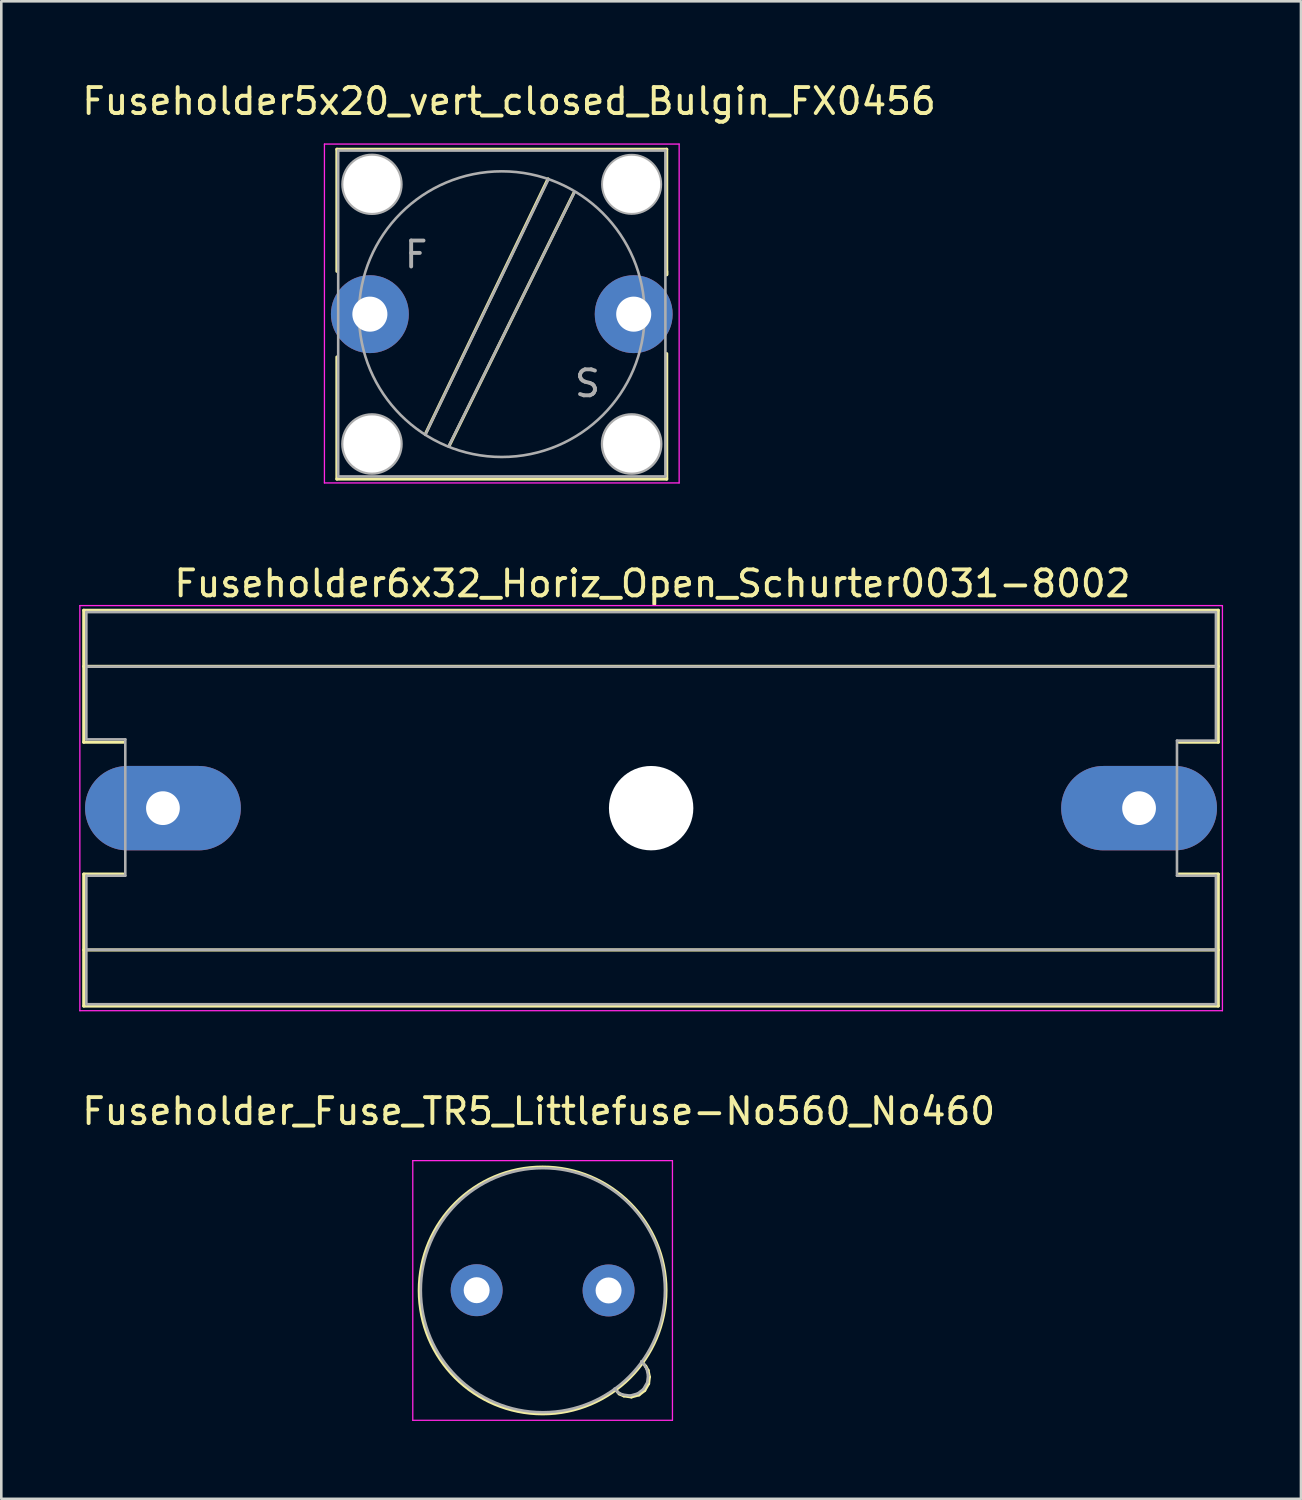
<source format=kicad_pcb>
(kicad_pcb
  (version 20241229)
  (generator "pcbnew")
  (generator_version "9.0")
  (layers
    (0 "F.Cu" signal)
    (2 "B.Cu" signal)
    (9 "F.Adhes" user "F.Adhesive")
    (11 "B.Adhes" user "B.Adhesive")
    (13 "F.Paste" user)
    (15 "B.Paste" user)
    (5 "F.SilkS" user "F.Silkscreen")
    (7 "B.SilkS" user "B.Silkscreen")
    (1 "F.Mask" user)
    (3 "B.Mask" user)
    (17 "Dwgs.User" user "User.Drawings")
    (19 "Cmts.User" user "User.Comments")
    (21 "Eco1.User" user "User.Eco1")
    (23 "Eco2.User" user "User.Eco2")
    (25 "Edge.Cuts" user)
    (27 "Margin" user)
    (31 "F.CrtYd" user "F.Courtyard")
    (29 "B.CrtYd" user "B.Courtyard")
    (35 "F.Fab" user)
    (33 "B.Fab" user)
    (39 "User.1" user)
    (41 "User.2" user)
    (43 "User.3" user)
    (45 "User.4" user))
  (footprint "Fuseholder6x32_Horiz_Open_Schurter0031-8002"
    (layer "F.Cu")
    (at 3.225 28.072)
    (property "Reference" "Fuseholder6x32_Horiz_Open_Schurter0031-8002" (at 18.85 -8.65 0) (layer "F.SilkS") (effects (font (size 1 1) (thickness 0.15))))
    (attr through_hole)
    (fp_line (start -3.05 -7.62) (end -3.05 -2.54) (stroke (width 0.12) (type solid)) (layer "F.SilkS"))
    (fp_line (start -3.05 -7.62) (end 40.64 -7.62) (stroke (width 0.12) (type solid)) (layer "F.SilkS"))
    (fp_line (start -3.05 -5.46) (end 40.64 -5.46) (stroke (width 0.12) (type solid)) (layer "F.SilkS"))
    (fp_line (start -3.05 -2.54) (end -1.52 -2.54) (stroke (width 0.12) (type solid)) (layer "F.SilkS"))
    (fp_line (start -3.05 2.54) (end -3.05 7.62) (stroke (width 0.12) (type solid)) (layer "F.SilkS"))
    (fp_line (start -1.52 2.54) (end -3.05 2.54) (stroke (width 0.12) (type solid)) (layer "F.SilkS"))
    (fp_line (start 39.12 2.54) (end 40.64 2.54) (stroke (width 0.12) (type solid)) (layer "F.SilkS"))
    (fp_line (start 40.64 -7.62) (end 40.64 -2.54) (stroke (width 0.12) (type solid)) (layer "F.SilkS"))
    (fp_line (start 40.64 -2.54) (end 39.12 -2.54) (stroke (width 0.12) (type solid)) (layer "F.SilkS"))
    (fp_line (start 40.64 2.54) (end 40.64 7.62) (stroke (width 0.12) (type solid)) (layer "F.SilkS"))
    (fp_line (start 40.64 5.46) (end -3.05 5.46) (stroke (width 0.12) (type solid)) (layer "F.SilkS"))
    (fp_line (start 40.64 7.62) (end -3.05 7.62) (stroke (width 0.12) (type solid)) (layer "F.SilkS"))
    (fp_line (start -3.2 -7.8) (end -3.2 7.8) (stroke (width 0.05) (type solid)) (layer "F.CrtYd"))
    (fp_line (start -3.2 -7.8) (end 40.8 -7.8) (stroke (width 0.05) (type solid)) (layer "F.CrtYd"))
    (fp_line (start 40.8 7.8) (end -3.2 7.8) (stroke (width 0.05) (type solid)) (layer "F.CrtYd"))
    (fp_line (start 40.8 7.8) (end 40.8 -7.8) (stroke (width 0.05) (type solid)) (layer "F.CrtYd"))
    (fp_line (start -2.95 -7.55) (end -2.95 -2.65) (stroke (width 0.1) (type solid)) (layer "F.Fab"))
    (fp_line (start -2.95 -5.45) (end 40.55 -5.45) (stroke (width 0.1) (type solid)) (layer "F.Fab"))
    (fp_line (start -2.95 -2.65) (end -1.45 -2.65) (stroke (width 0.1) (type solid)) (layer "F.Fab"))
    (fp_line (start -2.95 2.6) (end -2.95 7.55) (stroke (width 0.1) (type solid)) (layer "F.Fab"))
    (fp_line (start -2.95 5.45) (end 40.55 5.45) (stroke (width 0.1) (type solid)) (layer "F.Fab"))
    (fp_line (start -2.95 7.55) (end 40.55 7.55) (stroke (width 0.1) (type solid)) (layer "F.Fab"))
    (fp_line (start -1.45 -2.65) (end -1.45 2.6) (stroke (width 0.1) (type solid)) (layer "F.Fab"))
    (fp_line (start -1.45 2.6) (end -2.95 2.6) (stroke (width 0.1) (type solid)) (layer "F.Fab"))
    (fp_line (start 39.05 -2.6) (end 40.55 -2.6) (stroke (width 0.1) (type solid)) (layer "F.Fab"))
    (fp_line (start 39.05 2.6) (end 39.05 -2.6) (stroke (width 0.1) (type solid)) (layer "F.Fab"))
    (fp_line (start 40.55 -7.55) (end -2.95 -7.55) (stroke (width 0.1) (type solid)) (layer "F.Fab"))
    (fp_line (start 40.55 -2.6) (end 40.55 -7.55) (stroke (width 0.1) (type solid)) (layer "F.Fab"))
    (fp_line (start 40.55 2.6) (end 39.05 2.6) (stroke (width 0.1) (type solid)) (layer "F.Fab"))
    (fp_line (start 40.55 7.55) (end 40.55 2.6) (stroke (width 0.1) (type solid)) (layer "F.Fab"))
    (pad "" np_thru_hole circle (at 18.8 0) (size 3.25 3.25) (drill 3.25) (layers "*.Cu" "*.Mask"))
    (pad "1" thru_hole oval (at 0 0 90) (size 3.25 6) (drill 1.3) (layers "*.Cu" "*.Mask"))
    (pad "2" thru_hole oval (at 37.59 0 90) (size 3.25 6) (drill 1.3) (layers "*.Cu" "*.Mask")))
  (footprint "Fuseholder_Fuse_TR5_Littlefuse-No560_No460"
    (layer "F.Cu")
    (at 15.306 46.635)
    (property "Reference" "Fuseholder_Fuse_TR5_Littlefuse-No560_No460" (at 2.39 -6.89 0) (layer "F.SilkS") (effects (font (size 1 1) (thickness 0.15))))
    (attr through_hole)
    (fp_line (start 5.49 3.99) (end 5.36 3.84) (stroke (width 0.12) (type solid)) (layer "F.SilkS"))
    (fp_line (start 5.67 4.07) (end 5.49 3.99) (stroke (width 0.12) (type solid)) (layer "F.SilkS"))
    (fp_line (start 5.96 4.11) (end 5.67 4.07) (stroke (width 0.12) (type solid)) (layer "F.SilkS"))
    (fp_line (start 6.25 4.03) (end 5.96 4.11) (stroke (width 0.12) (type solid)) (layer "F.SilkS"))
    (fp_line (start 6.39 2.79) (end 6.51 2.93) (stroke (width 0.12) (type solid)) (layer "F.SilkS"))
    (fp_line (start 6.47 3.86) (end 6.25 4.03) (stroke (width 0.12) (type solid)) (layer "F.SilkS"))
    (fp_line (start 6.51 2.93) (end 6.6 3.09) (stroke (width 0.12) (type solid)) (layer "F.SilkS"))
    (fp_line (start 6.6 3.09) (end 6.65 3.34) (stroke (width 0.12) (type solid)) (layer "F.SilkS"))
    (fp_line (start 6.62 3.6) (end 6.47 3.86) (stroke (width 0.12) (type solid)) (layer "F.SilkS"))
    (fp_line (start 6.65 3.34) (end 6.62 3.6) (stroke (width 0.12) (type solid)) (layer "F.SilkS"))
    (fp_circle (center 2.54 0.01) (end 7.29 0.01) (stroke (width 0.12) (type solid)) (fill no) (layer "F.SilkS"))
    (fp_line (start -2.46 -4.99) (end -2.46 5.01) (stroke (width 0.05) (type solid)) (layer "F.CrtYd"))
    (fp_line (start -2.46 -4.99) (end 7.54 -4.99) (stroke (width 0.05) (type solid)) (layer "F.CrtYd"))
    (fp_line (start 7.54 5.01) (end -2.46 5.01) (stroke (width 0.05) (type solid)) (layer "F.CrtYd"))
    (fp_line (start 7.54 5.01) (end 7.54 -4.99) (stroke (width 0.05) (type solid)) (layer "F.CrtYd"))
    (fp_line (start 5.44 3.94) (end 5.31 3.79) (stroke (width 0.1) (type solid)) (layer "F.Fab"))
    (fp_line (start 5.62 4.02) (end 5.44 3.94) (stroke (width 0.1) (type solid)) (layer "F.Fab"))
    (fp_line (start 5.91 4.06) (end 5.62 4.02) (stroke (width 0.1) (type solid)) (layer "F.Fab"))
    (fp_line (start 6.2 3.98) (end 5.91 4.06) (stroke (width 0.1) (type solid)) (layer "F.Fab"))
    (fp_line (start 6.34 2.74) (end 6.46 2.88) (stroke (width 0.1) (type solid)) (layer "F.Fab"))
    (fp_line (start 6.42 3.81) (end 6.2 3.98) (stroke (width 0.1) (type solid)) (layer "F.Fab"))
    (fp_line (start 6.46 2.88) (end 6.55 3.04) (stroke (width 0.1) (type solid)) (layer "F.Fab"))
    (fp_line (start 6.55 3.04) (end 6.6 3.29) (stroke (width 0.1) (type solid)) (layer "F.Fab"))
    (fp_line (start 6.57 3.55) (end 6.42 3.81) (stroke (width 0.1) (type solid)) (layer "F.Fab"))
    (fp_line (start 6.6 3.29) (end 6.57 3.55) (stroke (width 0.1) (type solid)) (layer "F.Fab"))
    (fp_circle (center 2.55 0) (end 7.25 0) (stroke (width 0.1) (type solid)) (fill no) (layer "F.Fab"))
    (pad "1" thru_hole circle (at 0 0) (size 2 2) (drill 1) (layers "*.Cu" "*.Mask"))
    (pad "2" thru_hole circle (at 5.08 0.01) (size 2 2) (drill 1) (layers "*.Cu" "*.Mask")))
  (footprint "Fuseholder5x20_vert_closed_Bulgin_FX0456"
    (layer "F.Cu")
    (at 11.194 9.048)
    (property "Reference" "Fuseholder5x20_vert_closed_Bulgin_FX0456" (at 5.36 -8.2 0) (layer "F.SilkS") (effects (font (size 1 1) (thickness 0.15))))
    (attr through_hole)
    (fp_line (start -1.27 -6.35) (end -1.27 -1.65) (stroke (width 0.12) (type solid)) (layer "F.SilkS"))
    (fp_line (start -1.27 6.35) (end -1.27 1.65) (stroke (width 0.12) (type solid)) (layer "F.SilkS"))
    (fp_line (start -1.27 6.35) (end 11.43 6.35) (stroke (width 0.12) (type solid)) (layer "F.SilkS"))
    (fp_line (start 6.86 -5.21) (end 2.16 4.57) (stroke (width 0.12) (type solid)) (layer "F.SilkS"))
    (fp_line (start 7.87 -4.7) (end 3.05 5.08) (stroke (width 0.12) (type solid)) (layer "F.SilkS"))
    (fp_line (start 11.43 -6.35) (end -1.27 -6.35) (stroke (width 0.12) (type solid)) (layer "F.SilkS"))
    (fp_line (start 11.43 -6.35) (end 11.43 -1.52) (stroke (width 0.12) (type solid)) (layer "F.SilkS"))
    (fp_line (start 11.43 -1.52) (end 11.43 -1.65) (stroke (width 0.12) (type solid)) (layer "F.SilkS"))
    (fp_line (start 11.43 6.35) (end 11.43 1.52) (stroke (width 0.12) (type solid)) (layer "F.SilkS"))
    (fp_line (start -1.75 -6.55) (end -1.75 6.5) (stroke (width 0.05) (type solid)) (layer "F.CrtYd"))
    (fp_line (start -1.75 -6.55) (end 11.91 -6.55) (stroke (width 0.05) (type solid)) (layer "F.CrtYd"))
    (fp_line (start 11.91 6.5) (end -1.75 6.5) (stroke (width 0.05) (type solid)) (layer "F.CrtYd"))
    (fp_line (start 11.91 6.5) (end 11.91 -6.55) (stroke (width 0.05) (type solid)) (layer "F.CrtYd"))
    (fp_line (start -1.22 -6.3) (end -1.22 6.25) (stroke (width 0.1) (type solid)) (layer "F.Fab"))
    (fp_line (start -1.22 6.25) (end 11.38 6.25) (stroke (width 0.1) (type solid)) (layer "F.Fab"))
    (fp_line (start 3.03 5.1) (end 7.88 -4.7) (stroke (width 0.1) (type solid)) (layer "F.Fab"))
    (fp_line (start 6.88 -5.2) (end 2.13 4.65) (stroke (width 0.1) (type solid)) (layer "F.Fab"))
    (fp_line (start 11.38 -6.3) (end -1.22 -6.3) (stroke (width 0.1) (type solid)) (layer "F.Fab"))
    (fp_line (start 11.38 6.25) (end 11.38 -6.3) (stroke (width 0.1) (type solid)) (layer "F.Fab"))
    (fp_circle (center 0.08 -5) (end 0.48 -3.94) (stroke (width 0.1) (type solid)) (fill no) (layer "F.Fab"))
    (fp_circle (center 0.08 5) (end 0.58 6.02) (stroke (width 0.1) (type solid)) (fill no) (layer "F.Fab"))
    (fp_circle (center 5.08 0) (end 5.13 5.5) (stroke (width 0.1) (type solid)) (fill no) (layer "F.Fab"))
    (fp_circle (center 10.08 -5) (end 10.46 -3.94) (stroke (width 0.1) (type solid)) (fill no) (layer "F.Fab"))
    (fp_circle (center 10.08 5) (end 10.64 5.99) (stroke (width 0.1) (type solid)) (fill no) (layer "F.Fab"))
    (fp_text user "S" (at 8.38 2.67 0) (layer "F.Fab") (effects (font (size 1 1) (thickness 0.15))))
    (fp_text user "F" (at 1.78 -2.29 0) (layer "F.Fab") (effects (font (size 1 1) (thickness 0.15))))
    (pad "1" thru_hole circle (at 0 0) (size 3 3) (drill 1.35) (layers "*.Cu" "*.Mask"))
    (pad "2" thru_hole circle (at 10.16 0) (size 3 3) (drill 1.35) (layers "*.Cu" "*.Mask"))
    (pad "3" thru_hole circle (at 0.08 -5) (size 2.2 2.2) (drill 2.2) (layers "*.Cu" "Dwgs.User"))
    (pad "3" thru_hole circle (at 0.08 5) (size 2.2 2.2) (drill 2.2) (layers "*.Cu" "Dwgs.User"))
    (pad "3" thru_hole circle (at 10.08 -5) (size 2.2 2.2) (drill 2.2) (layers "*.Cu" "Dwgs.User"))
    (pad "3" thru_hole circle (at 10.08 5) (size 2.2 2.2) (drill 2.2) (layers "*.Cu" "Dwgs.User")))
  (gr_rect
    (start -3 -3)
    (end 47.05 54.67)
    (stroke (width 0.1) (type default))
    (fill no)
    (layer "Edge.Cuts")))
</source>
